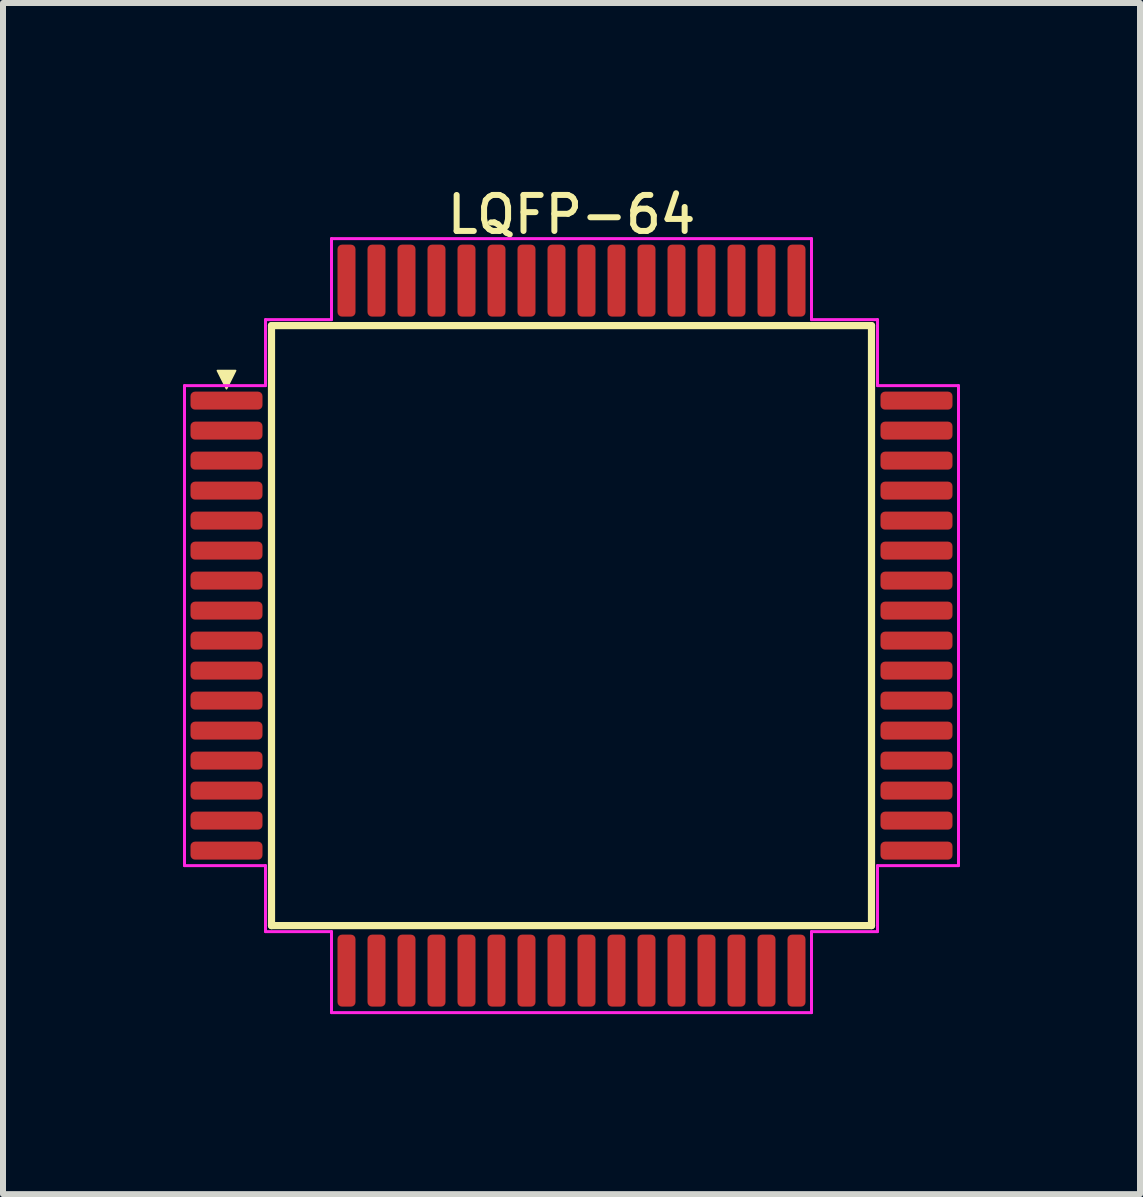
<source format=kicad_pcb>
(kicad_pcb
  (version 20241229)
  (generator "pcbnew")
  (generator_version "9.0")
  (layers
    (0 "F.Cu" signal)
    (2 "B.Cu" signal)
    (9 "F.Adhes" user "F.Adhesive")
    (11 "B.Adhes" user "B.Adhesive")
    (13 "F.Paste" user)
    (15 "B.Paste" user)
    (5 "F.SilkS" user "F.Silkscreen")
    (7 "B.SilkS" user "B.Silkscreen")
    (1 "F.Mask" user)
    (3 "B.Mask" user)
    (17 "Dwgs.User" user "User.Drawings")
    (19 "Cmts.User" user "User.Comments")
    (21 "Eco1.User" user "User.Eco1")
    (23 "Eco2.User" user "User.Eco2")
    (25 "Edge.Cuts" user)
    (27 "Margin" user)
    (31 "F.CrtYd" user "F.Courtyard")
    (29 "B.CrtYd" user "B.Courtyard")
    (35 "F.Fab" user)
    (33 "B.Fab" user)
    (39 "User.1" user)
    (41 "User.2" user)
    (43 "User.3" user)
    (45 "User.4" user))
  (footprint "LQFP-64"
    (layer "F.Cu")
    (at 6.475 7.377)
    (property "Reference" "LQFP-64" (at 0 -6.85 0) (layer "F.SilkS") (effects (font (size 0.6 0.6) (thickness 0.1))))
    (attr smd)
    (fp_line (start -5 -5) (end -5 5) (stroke (width 0.12) (type solid)) (layer "F.SilkS"))
    (fp_line (start -5 5) (end 5 5) (stroke (width 0.12) (type solid)) (layer "F.SilkS"))
    (fp_line (start 5 -5) (end -5 -5) (stroke (width 0.12) (type solid)) (layer "F.SilkS"))
    (fp_line (start 5 5) (end 5 -5) (stroke (width 0.12) (type solid)) (layer "F.SilkS"))
    (fp_poly (pts (xy -5.75 -3.95) (xy -5.9 -4.25) (xy -5.6 -4.25)) (stroke (width 0.03) (type solid)) (fill yes) (layer "F.SilkS"))
    (fp_line (start -6.45 -4) (end -6.45 4) (stroke (width 0.05) (type solid)) (layer "F.CrtYd"))
    (fp_line (start -5.1 -5.1) (end -5.1 -4) (stroke (width 0.05) (type solid)) (layer "F.CrtYd"))
    (fp_line (start -5.1 -4) (end -6.45 -4) (stroke (width 0.05) (type solid)) (layer "F.CrtYd"))
    (fp_line (start -5.1 4) (end -6.45 4) (stroke (width 0.05) (type solid)) (layer "F.CrtYd"))
    (fp_line (start -5.1 5.1) (end -5.1 4) (stroke (width 0.05) (type solid)) (layer "F.CrtYd"))
    (fp_line (start -4 -6.45) (end -4 -5.1) (stroke (width 0.05) (type solid)) (layer "F.CrtYd"))
    (fp_line (start -4 -5.1) (end -5.1 -5.1) (stroke (width 0.05) (type solid)) (layer "F.CrtYd"))
    (fp_line (start -4 5.1) (end -5.1 5.1) (stroke (width 0.05) (type solid)) (layer "F.CrtYd"))
    (fp_line (start -4 6.45) (end -4 5.1) (stroke (width 0.05) (type solid)) (layer "F.CrtYd"))
    (fp_line (start 4 -6.45) (end -4 -6.45) (stroke (width 0.05) (type solid)) (layer "F.CrtYd"))
    (fp_line (start 4 -6.45) (end 4 -5.1) (stroke (width 0.05) (type solid)) (layer "F.CrtYd"))
    (fp_line (start 4 -5.1) (end 5.1 -5.1) (stroke (width 0.05) (type solid)) (layer "F.CrtYd"))
    (fp_line (start 4 5.1) (end 5.1 5.1) (stroke (width 0.05) (type solid)) (layer "F.CrtYd"))
    (fp_line (start 4 6.45) (end -4 6.45) (stroke (width 0.05) (type solid)) (layer "F.CrtYd"))
    (fp_line (start 4 6.45) (end 4 5.1) (stroke (width 0.05) (type solid)) (layer "F.CrtYd"))
    (fp_line (start 5.1 -5.1) (end 5.1 -4) (stroke (width 0.05) (type solid)) (layer "F.CrtYd"))
    (fp_line (start 5.1 -4) (end 6.45 -4) (stroke (width 0.05) (type solid)) (layer "F.CrtYd"))
    (fp_line (start 5.1 4) (end 6.45 4) (stroke (width 0.05) (type solid)) (layer "F.CrtYd"))
    (fp_line (start 5.1 5.1) (end 5.1 4) (stroke (width 0.05) (type solid)) (layer "F.CrtYd"))
    (fp_line (start 6.45 4) (end 6.45 -4) (stroke (width 0.05) (type solid)) (layer "F.CrtYd"))
    (pad "1" smd roundrect (at -5.75 -3.75) (size 1.2 0.3) (layers "F.Cu" "F.Mask" "F.Paste") (roundrect_rratio 0.25))
    (pad "2" smd roundrect (at -5.75 -3.25) (size 1.2 0.3) (layers "F.Cu" "F.Mask" "F.Paste") (roundrect_rratio 0.25))
    (pad "3" smd roundrect (at -5.75 -2.75) (size 1.2 0.3) (layers "F.Cu" "F.Mask" "F.Paste") (roundrect_rratio 0.25))
    (pad "4" smd roundrect (at -5.75 -2.25) (size 1.2 0.3) (layers "F.Cu" "F.Mask" "F.Paste") (roundrect_rratio 0.25))
    (pad "5" smd roundrect (at -5.75 -1.75) (size 1.2 0.3) (layers "F.Cu" "F.Mask" "F.Paste") (roundrect_rratio 0.25))
    (pad "6" smd roundrect (at -5.75 -1.25) (size 1.2 0.3) (layers "F.Cu" "F.Mask" "F.Paste") (roundrect_rratio 0.25))
    (pad "7" smd roundrect (at -5.75 -0.75) (size 1.2 0.3) (layers "F.Cu" "F.Mask" "F.Paste") (roundrect_rratio 0.25))
    (pad "8" smd roundrect (at -5.75 -0.25) (size 1.2 0.3) (layers "F.Cu" "F.Mask" "F.Paste") (roundrect_rratio 0.25))
    (pad "9" smd roundrect (at -5.75 0.25) (size 1.2 0.3) (layers "F.Cu" "F.Mask" "F.Paste") (roundrect_rratio 0.25))
    (pad "10" smd roundrect (at -5.75 0.75) (size 1.2 0.3) (layers "F.Cu" "F.Mask" "F.Paste") (roundrect_rratio 0.25))
    (pad "11" smd roundrect (at -5.75 1.25) (size 1.2 0.3) (layers "F.Cu" "F.Mask" "F.Paste") (roundrect_rratio 0.25))
    (pad "12" smd roundrect (at -5.75 1.75) (size 1.2 0.3) (layers "F.Cu" "F.Mask" "F.Paste") (roundrect_rratio 0.25))
    (pad "13" smd roundrect (at -5.75 2.25) (size 1.2 0.3) (layers "F.Cu" "F.Mask" "F.Paste") (roundrect_rratio 0.25))
    (pad "14" smd roundrect (at -5.75 2.75) (size 1.2 0.3) (layers "F.Cu" "F.Mask" "F.Paste") (roundrect_rratio 0.25))
    (pad "15" smd roundrect (at -5.75 3.25) (size 1.2 0.3) (layers "F.Cu" "F.Mask" "F.Paste") (roundrect_rratio 0.25))
    (pad "16" smd roundrect (at -5.75 3.75) (size 1.2 0.3) (layers "F.Cu" "F.Mask" "F.Paste") (roundrect_rratio 0.25))
    (pad "17" smd roundrect (at -3.75 5.75) (size 0.3 1.2) (layers "F.Cu" "F.Mask" "F.Paste") (roundrect_rratio 0.25))
    (pad "18" smd roundrect (at -3.25 5.75) (size 0.3 1.2) (layers "F.Cu" "F.Mask" "F.Paste") (roundrect_rratio 0.25))
    (pad "19" smd roundrect (at -2.75 5.75) (size 0.3 1.2) (layers "F.Cu" "F.Mask" "F.Paste") (roundrect_rratio 0.25))
    (pad "20" smd roundrect (at -2.25 5.75) (size 0.3 1.2) (layers "F.Cu" "F.Mask" "F.Paste") (roundrect_rratio 0.25))
    (pad "21" smd roundrect (at -1.75 5.75) (size 0.3 1.2) (layers "F.Cu" "F.Mask" "F.Paste") (roundrect_rratio 0.25))
    (pad "22" smd roundrect (at -1.25 5.75) (size 0.3 1.2) (layers "F.Cu" "F.Mask" "F.Paste") (roundrect_rratio 0.25))
    (pad "23" smd roundrect (at -0.75 5.75) (size 0.3 1.2) (layers "F.Cu" "F.Mask" "F.Paste") (roundrect_rratio 0.25))
    (pad "24" smd roundrect (at -0.25 5.75) (size 0.3 1.2) (layers "F.Cu" "F.Mask" "F.Paste") (roundrect_rratio 0.25))
    (pad "25" smd roundrect (at 0.25 5.75) (size 0.3 1.2) (layers "F.Cu" "F.Mask" "F.Paste") (roundrect_rratio 0.25))
    (pad "26" smd roundrect (at 0.75 5.75) (size 0.3 1.2) (layers "F.Cu" "F.Mask" "F.Paste") (roundrect_rratio 0.25))
    (pad "27" smd roundrect (at 1.25 5.75) (size 0.3 1.2) (layers "F.Cu" "F.Mask" "F.Paste") (roundrect_rratio 0.25))
    (pad "28" smd roundrect (at 1.75 5.75) (size 0.3 1.2) (layers "F.Cu" "F.Mask" "F.Paste") (roundrect_rratio 0.25))
    (pad "29" smd roundrect (at 2.25 5.75) (size 0.3 1.2) (layers "F.Cu" "F.Mask" "F.Paste") (roundrect_rratio 0.25))
    (pad "30" smd roundrect (at 2.75 5.75) (size 0.3 1.2) (layers "F.Cu" "F.Mask" "F.Paste") (roundrect_rratio 0.25))
    (pad "31" smd roundrect (at 3.25 5.75) (size 0.3 1.2) (layers "F.Cu" "F.Mask" "F.Paste") (roundrect_rratio 0.25))
    (pad "32" smd roundrect (at 3.75 5.75) (size 0.3 1.2) (layers "F.Cu" "F.Mask" "F.Paste") (roundrect_rratio 0.25))
    (pad "33" smd roundrect (at 5.75 3.75) (size 1.2 0.3) (layers "F.Cu" "F.Mask" "F.Paste") (roundrect_rratio 0.25))
    (pad "34" smd roundrect (at 5.75 3.25) (size 1.2 0.3) (layers "F.Cu" "F.Mask" "F.Paste") (roundrect_rratio 0.25))
    (pad "35" smd roundrect (at 5.75 2.75) (size 1.2 0.3) (layers "F.Cu" "F.Mask" "F.Paste") (roundrect_rratio 0.25))
    (pad "36" smd roundrect (at 5.75 2.25) (size 1.2 0.3) (layers "F.Cu" "F.Mask" "F.Paste") (roundrect_rratio 0.25))
    (pad "37" smd roundrect (at 5.75 1.75) (size 1.2 0.3) (layers "F.Cu" "F.Mask" "F.Paste") (roundrect_rratio 0.25))
    (pad "38" smd roundrect (at 5.75 1.25) (size 1.2 0.3) (layers "F.Cu" "F.Mask" "F.Paste") (roundrect_rratio 0.25))
    (pad "39" smd roundrect (at 5.75 0.75) (size 1.2 0.3) (layers "F.Cu" "F.Mask" "F.Paste") (roundrect_rratio 0.25))
    (pad "40" smd roundrect (at 5.75 0.25) (size 1.2 0.3) (layers "F.Cu" "F.Mask" "F.Paste") (roundrect_rratio 0.25))
    (pad "41" smd roundrect (at 5.75 -0.25) (size 1.2 0.3) (layers "F.Cu" "F.Mask" "F.Paste") (roundrect_rratio 0.25))
    (pad "42" smd roundrect (at 5.75 -0.75) (size 1.2 0.3) (layers "F.Cu" "F.Mask" "F.Paste") (roundrect_rratio 0.25))
    (pad "43" smd roundrect (at 5.75 -1.25) (size 1.2 0.3) (layers "F.Cu" "F.Mask" "F.Paste") (roundrect_rratio 0.25))
    (pad "44" smd roundrect (at 5.75 -1.75) (size 1.2 0.3) (layers "F.Cu" "F.Mask" "F.Paste") (roundrect_rratio 0.25))
    (pad "45" smd roundrect (at 5.75 -2.25) (size 1.2 0.3) (layers "F.Cu" "F.Mask" "F.Paste") (roundrect_rratio 0.25))
    (pad "46" smd roundrect (at 5.75 -2.75) (size 1.2 0.3) (layers "F.Cu" "F.Mask" "F.Paste") (roundrect_rratio 0.25))
    (pad "47" smd roundrect (at 5.75 -3.25) (size 1.2 0.3) (layers "F.Cu" "F.Mask" "F.Paste") (roundrect_rratio 0.25))
    (pad "48" smd roundrect (at 5.75 -3.75) (size 1.2 0.3) (layers "F.Cu" "F.Mask" "F.Paste") (roundrect_rratio 0.25))
    (pad "49" smd roundrect (at 3.75 -5.75) (size 0.3 1.2) (layers "F.Cu" "F.Mask" "F.Paste") (roundrect_rratio 0.25))
    (pad "50" smd roundrect (at 3.25 -5.75) (size 0.3 1.2) (layers "F.Cu" "F.Mask" "F.Paste") (roundrect_rratio 0.25))
    (pad "51" smd roundrect (at 2.75 -5.75) (size 0.3 1.2) (layers "F.Cu" "F.Mask" "F.Paste") (roundrect_rratio 0.25))
    (pad "52" smd roundrect (at 2.25 -5.75) (size 0.3 1.2) (layers "F.Cu" "F.Mask" "F.Paste") (roundrect_rratio 0.25))
    (pad "53" smd roundrect (at 1.75 -5.75) (size 0.3 1.2) (layers "F.Cu" "F.Mask" "F.Paste") (roundrect_rratio 0.25))
    (pad "54" smd roundrect (at 1.25 -5.75) (size 0.3 1.2) (layers "F.Cu" "F.Mask" "F.Paste") (roundrect_rratio 0.25))
    (pad "55" smd roundrect (at 0.75 -5.75) (size 0.3 1.2) (layers "F.Cu" "F.Mask" "F.Paste") (roundrect_rratio 0.25))
    (pad "56" smd roundrect (at 0.25 -5.75) (size 0.3 1.2) (layers "F.Cu" "F.Mask" "F.Paste") (roundrect_rratio 0.25))
    (pad "57" smd roundrect (at -0.25 -5.75) (size 0.3 1.2) (layers "F.Cu" "F.Mask" "F.Paste") (roundrect_rratio 0.25))
    (pad "58" smd roundrect (at -0.75 -5.75) (size 0.3 1.2) (layers "F.Cu" "F.Mask" "F.Paste") (roundrect_rratio 0.25))
    (pad "59" smd roundrect (at -1.25 -5.75) (size 0.3 1.2) (layers "F.Cu" "F.Mask" "F.Paste") (roundrect_rratio 0.25))
    (pad "60" smd roundrect (at -1.75 -5.75) (size 0.3 1.2) (layers "F.Cu" "F.Mask" "F.Paste") (roundrect_rratio 0.25))
    (pad "61" smd roundrect (at -2.25 -5.75) (size 0.3 1.2) (layers "F.Cu" "F.Mask" "F.Paste") (roundrect_rratio 0.25))
    (pad "62" smd roundrect (at -2.75 -5.75) (size 0.3 1.2) (layers "F.Cu" "F.Mask" "F.Paste") (roundrect_rratio 0.25))
    (pad "63" smd roundrect (at -3.25 -5.75) (size 0.3 1.2) (layers "F.Cu" "F.Mask" "F.Paste") (roundrect_rratio 0.25))
    (pad "64" smd roundrect (at -3.75 -5.75) (size 0.3 1.2) (layers "F.Cu" "F.Mask" "F.Paste") (roundrect_rratio 0.25)))
  (gr_rect
    (start -3 -3)
    (end 15.95 16.852)
    (stroke (width 0.1) (type default))
    (fill no)
    (layer "Edge.Cuts")))
</source>
